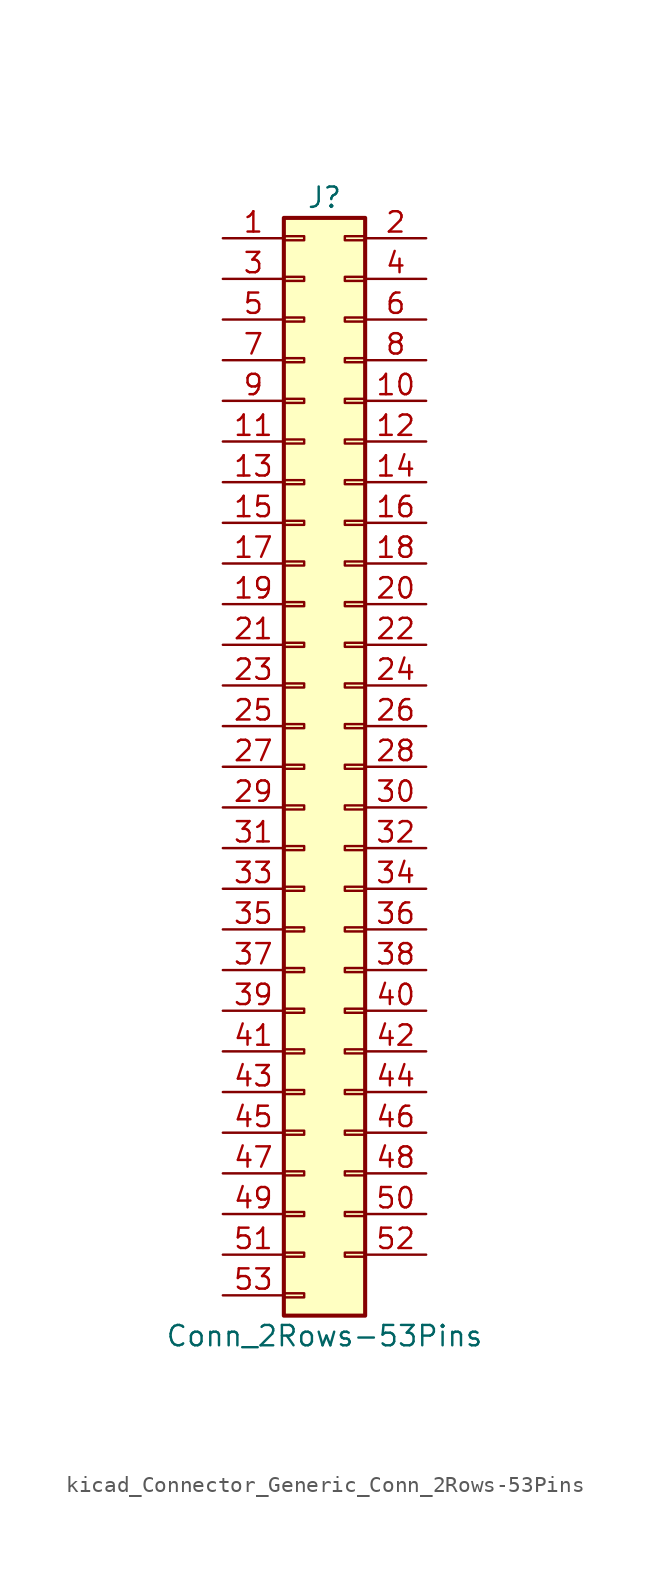
<source format=kicad_sym>
(kicad_symbol_lib
  (version 20220914)
  (generator kicad_symbol_editor)
  (symbol "kicad_Connector_Generic_Conn_2Rows-53Pins"
    (pin_names
      (offset 1.016) hide)
    (property "Reference" "J"
      (at 1.27 35.56 0)
      (effects (font (size 1.27 1.27))))
    (property "Value" "Conn_2Rows-53Pins"
      (at 1.27 -35.56 0)
      (effects (font (size 1.27 1.27))))
    (symbol "kicad_Connector_Generic_Conn_2Rows-53Pins_1_1"
      (rectangle (start -1.27 -32.893) (end 0 -33.147) (stroke (width 0.152) (type default)) (fill (type none)))
      (rectangle (start -1.27 -30.353) (end 0 -30.607) (stroke (width 0.152) (type default)) (fill (type none)))
      (rectangle (start -1.27 -27.813) (end 0 -28.067) (stroke (width 0.152) (type default)) (fill (type none)))
      (rectangle (start -1.27 -25.273) (end 0 -25.527) (stroke (width 0.152) (type default)) (fill (type none)))
      (rectangle (start -1.27 -22.733) (end 0 -22.987) (stroke (width 0.152) (type default)) (fill (type none)))
      (rectangle (start -1.27 -20.193) (end 0 -20.447) (stroke (width 0.152) (type default)) (fill (type none)))
      (rectangle (start -1.27 -17.653) (end 0 -17.907) (stroke (width 0.152) (type default)) (fill (type none)))
      (rectangle (start -1.27 -15.113) (end 0 -15.367) (stroke (width 0.152) (type default)) (fill (type none)))
      (rectangle (start -1.27 -12.573) (end 0 -12.827) (stroke (width 0.152) (type default)) (fill (type none)))
      (rectangle (start -1.27 -10.033) (end 0 -10.287) (stroke (width 0.152) (type default)) (fill (type none)))
      (rectangle (start -1.27 -7.493) (end 0 -7.747) (stroke (width 0.152) (type default)) (fill (type none)))
      (rectangle (start -1.27 -4.953) (end 0 -5.207) (stroke (width 0.152) (type default)) (fill (type none)))
      (rectangle (start -1.27 -2.413) (end 0 -2.667) (stroke (width 0.152) (type default)) (fill (type none)))
      (rectangle (start -1.27 0.127) (end 0 -0.127) (stroke (width 0.152) (type default)) (fill (type none)))
      (rectangle (start -1.27 2.667) (end 0 2.413) (stroke (width 0.152) (type default)) (fill (type none)))
      (rectangle (start -1.27 5.207) (end 0 4.953) (stroke (width 0.152) (type default)) (fill (type none)))
      (rectangle (start -1.27 7.747) (end 0 7.493) (stroke (width 0.152) (type default)) (fill (type none)))
      (rectangle (start -1.27 10.287) (end 0 10.033) (stroke (width 0.152) (type default)) (fill (type none)))
      (rectangle (start -1.27 12.827) (end 0 12.573) (stroke (width 0.152) (type default)) (fill (type none)))
      (rectangle (start -1.27 15.367) (end 0 15.113) (stroke (width 0.152) (type default)) (fill (type none)))
      (rectangle (start -1.27 17.907) (end 0 17.653) (stroke (width 0.152) (type default)) (fill (type none)))
      (rectangle (start -1.27 20.447) (end 0 20.193) (stroke (width 0.152) (type default)) (fill (type none)))
      (rectangle (start -1.27 22.987) (end 0 22.733) (stroke (width 0.152) (type default)) (fill (type none)))
      (rectangle (start -1.27 25.527) (end 0 25.273) (stroke (width 0.152) (type default)) (fill (type none)))
      (rectangle (start -1.27 28.067) (end 0 27.813) (stroke (width 0.152) (type default)) (fill (type none)))
      (rectangle (start -1.27 30.607) (end 0 30.353) (stroke (width 0.152) (type default)) (fill (type none)))
      (rectangle (start -1.27 33.147) (end 0 32.893) (stroke (width 0.152) (type default)) (fill (type none)))
      (rectangle (start -1.27 34.29) (end 3.81 -34.29) (stroke (width 0.254) (type default)) (fill (type background)))
      (rectangle (start 3.81 -30.353) (end 2.54 -30.607) (stroke (width 0.152) (type default)) (fill (type none)))
      (rectangle (start 3.81 -27.813) (end 2.54 -28.067) (stroke (width 0.152) (type default)) (fill (type none)))
      (rectangle (start 3.81 -25.273) (end 2.54 -25.527) (stroke (width 0.152) (type default)) (fill (type none)))
      (rectangle (start 3.81 -22.733) (end 2.54 -22.987) (stroke (width 0.152) (type default)) (fill (type none)))
      (rectangle (start 3.81 -20.193) (end 2.54 -20.447) (stroke (width 0.152) (type default)) (fill (type none)))
      (rectangle (start 3.81 -17.653) (end 2.54 -17.907) (stroke (width 0.152) (type default)) (fill (type none)))
      (rectangle (start 3.81 -15.113) (end 2.54 -15.367) (stroke (width 0.152) (type default)) (fill (type none)))
      (rectangle (start 3.81 -12.573) (end 2.54 -12.827) (stroke (width 0.152) (type default)) (fill (type none)))
      (rectangle (start 3.81 -10.033) (end 2.54 -10.287) (stroke (width 0.152) (type default)) (fill (type none)))
      (rectangle (start 3.81 -7.493) (end 2.54 -7.747) (stroke (width 0.152) (type default)) (fill (type none)))
      (rectangle (start 3.81 -4.953) (end 2.54 -5.207) (stroke (width 0.152) (type default)) (fill (type none)))
      (rectangle (start 3.81 -2.413) (end 2.54 -2.667) (stroke (width 0.152) (type default)) (fill (type none)))
      (rectangle (start 3.81 0.127) (end 2.54 -0.127) (stroke (width 0.152) (type default)) (fill (type none)))
      (rectangle (start 3.81 2.667) (end 2.54 2.413) (stroke (width 0.152) (type default)) (fill (type none)))
      (rectangle (start 3.81 5.207) (end 2.54 4.953) (stroke (width 0.152) (type default)) (fill (type none)))
      (rectangle (start 3.81 7.747) (end 2.54 7.493) (stroke (width 0.152) (type default)) (fill (type none)))
      (rectangle (start 3.81 10.287) (end 2.54 10.033) (stroke (width 0.152) (type default)) (fill (type none)))
      (rectangle (start 3.81 12.827) (end 2.54 12.573) (stroke (width 0.152) (type default)) (fill (type none)))
      (rectangle (start 3.81 15.367) (end 2.54 15.113) (stroke (width 0.152) (type default)) (fill (type none)))
      (rectangle (start 3.81 17.907) (end 2.54 17.653) (stroke (width 0.152) (type default)) (fill (type none)))
      (rectangle (start 3.81 20.447) (end 2.54 20.193) (stroke (width 0.152) (type default)) (fill (type none)))
      (rectangle (start 3.81 22.987) (end 2.54 22.733) (stroke (width 0.152) (type default)) (fill (type none)))
      (rectangle (start 3.81 25.527) (end 2.54 25.273) (stroke (width 0.152) (type default)) (fill (type none)))
      (rectangle (start 3.81 28.067) (end 2.54 27.813) (stroke (width 0.152) (type default)) (fill (type none)))
      (rectangle (start 3.81 30.607) (end 2.54 30.353) (stroke (width 0.152) (type default)) (fill (type none)))
      (rectangle (start 3.81 33.147) (end 2.54 32.893) (stroke (width 0.152) (type default)) (fill (type none)))
      (pin passive line (at -5.08 33.02 0) (length 3.81) (name "Pin_1" (effects (font (size 1.27 1.27)))) (number "1" (effects (font (size 1.27 1.27)))))
      (pin passive line (at 7.62 22.86 180) (length 3.81) (name "Pin_10" (effects (font (size 1.27 1.27)))) (number "10" (effects (font (size 1.27 1.27)))))
      (pin passive line (at -5.08 20.32 0) (length 3.81) (name "Pin_11" (effects (font (size 1.27 1.27)))) (number "11" (effects (font (size 1.27 1.27)))))
      (pin passive line (at 7.62 20.32 180) (length 3.81) (name "Pin_12" (effects (font (size 1.27 1.27)))) (number "12" (effects (font (size 1.27 1.27)))))
      (pin passive line (at -5.08 17.78 0) (length 3.81) (name "Pin_13" (effects (font (size 1.27 1.27)))) (number "13" (effects (font (size 1.27 1.27)))))
      (pin passive line (at 7.62 17.78 180) (length 3.81) (name "Pin_14" (effects (font (size 1.27 1.27)))) (number "14" (effects (font (size 1.27 1.27)))))
      (pin passive line (at -5.08 15.24 0) (length 3.81) (name "Pin_15" (effects (font (size 1.27 1.27)))) (number "15" (effects (font (size 1.27 1.27)))))
      (pin passive line (at 7.62 15.24 180) (length 3.81) (name "Pin_16" (effects (font (size 1.27 1.27)))) (number "16" (effects (font (size 1.27 1.27)))))
      (pin passive line (at -5.08 12.7 0) (length 3.81) (name "Pin_17" (effects (font (size 1.27 1.27)))) (number "17" (effects (font (size 1.27 1.27)))))
      (pin passive line (at 7.62 12.7 180) (length 3.81) (name "Pin_18" (effects (font (size 1.27 1.27)))) (number "18" (effects (font (size 1.27 1.27)))))
      (pin passive line (at -5.08 10.16 0) (length 3.81) (name "Pin_19" (effects (font (size 1.27 1.27)))) (number "19" (effects (font (size 1.27 1.27)))))
      (pin passive line (at 7.62 33.02 180) (length 3.81) (name "Pin_2" (effects (font (size 1.27 1.27)))) (number "2" (effects (font (size 1.27 1.27)))))
      (pin passive line (at 7.62 10.16 180) (length 3.81) (name "Pin_20" (effects (font (size 1.27 1.27)))) (number "20" (effects (font (size 1.27 1.27)))))
      (pin passive line (at -5.08 7.62 0) (length 3.81) (name "Pin_21" (effects (font (size 1.27 1.27)))) (number "21" (effects (font (size 1.27 1.27)))))
      (pin passive line (at 7.62 7.62 180) (length 3.81) (name "Pin_22" (effects (font (size 1.27 1.27)))) (number "22" (effects (font (size 1.27 1.27)))))
      (pin passive line (at -5.08 5.08 0) (length 3.81) (name "Pin_23" (effects (font (size 1.27 1.27)))) (number "23" (effects (font (size 1.27 1.27)))))
      (pin passive line (at 7.62 5.08 180) (length 3.81) (name "Pin_24" (effects (font (size 1.27 1.27)))) (number "24" (effects (font (size 1.27 1.27)))))
      (pin passive line (at -5.08 2.54 0) (length 3.81) (name "Pin_25" (effects (font (size 1.27 1.27)))) (number "25" (effects (font (size 1.27 1.27)))))
      (pin passive line (at 7.62 2.54 180) (length 3.81) (name "Pin_26" (effects (font (size 1.27 1.27)))) (number "26" (effects (font (size 1.27 1.27)))))
      (pin passive line (at -5.08 0 0) (length 3.81) (name "Pin_27" (effects (font (size 1.27 1.27)))) (number "27" (effects (font (size 1.27 1.27)))))
      (pin passive line (at 7.62 0 180) (length 3.81) (name "Pin_28" (effects (font (size 1.27 1.27)))) (number "28" (effects (font (size 1.27 1.27)))))
      (pin passive line (at -5.08 -2.54 0) (length 3.81) (name "Pin_29" (effects (font (size 1.27 1.27)))) (number "29" (effects (font (size 1.27 1.27)))))
      (pin passive line (at -5.08 30.48 0) (length 3.81) (name "Pin_3" (effects (font (size 1.27 1.27)))) (number "3" (effects (font (size 1.27 1.27)))))
      (pin passive line (at 7.62 -2.54 180) (length 3.81) (name "Pin_30" (effects (font (size 1.27 1.27)))) (number "30" (effects (font (size 1.27 1.27)))))
      (pin passive line (at -5.08 -5.08 0) (length 3.81) (name "Pin_31" (effects (font (size 1.27 1.27)))) (number "31" (effects (font (size 1.27 1.27)))))
      (pin passive line (at 7.62 -5.08 180) (length 3.81) (name "Pin_32" (effects (font (size 1.27 1.27)))) (number "32" (effects (font (size 1.27 1.27)))))
      (pin passive line (at -5.08 -7.62 0) (length 3.81) (name "Pin_33" (effects (font (size 1.27 1.27)))) (number "33" (effects (font (size 1.27 1.27)))))
      (pin passive line (at 7.62 -7.62 180) (length 3.81) (name "Pin_34" (effects (font (size 1.27 1.27)))) (number "34" (effects (font (size 1.27 1.27)))))
      (pin passive line (at -5.08 -10.16 0) (length 3.81) (name "Pin_35" (effects (font (size 1.27 1.27)))) (number "35" (effects (font (size 1.27 1.27)))))
      (pin passive line (at 7.62 -10.16 180) (length 3.81) (name "Pin_36" (effects (font (size 1.27 1.27)))) (number "36" (effects (font (size 1.27 1.27)))))
      (pin passive line (at -5.08 -12.7 0) (length 3.81) (name "Pin_37" (effects (font (size 1.27 1.27)))) (number "37" (effects (font (size 1.27 1.27)))))
      (pin passive line (at 7.62 -12.7 180) (length 3.81) (name "Pin_38" (effects (font (size 1.27 1.27)))) (number "38" (effects (font (size 1.27 1.27)))))
      (pin passive line (at -5.08 -15.24 0) (length 3.81) (name "Pin_39" (effects (font (size 1.27 1.27)))) (number "39" (effects (font (size 1.27 1.27)))))
      (pin passive line (at 7.62 30.48 180) (length 3.81) (name "Pin_4" (effects (font (size 1.27 1.27)))) (number "4" (effects (font (size 1.27 1.27)))))
      (pin passive line (at 7.62 -15.24 180) (length 3.81) (name "Pin_40" (effects (font (size 1.27 1.27)))) (number "40" (effects (font (size 1.27 1.27)))))
      (pin passive line (at -5.08 -17.78 0) (length 3.81) (name "Pin_41" (effects (font (size 1.27 1.27)))) (number "41" (effects (font (size 1.27 1.27)))))
      (pin passive line (at 7.62 -17.78 180) (length 3.81) (name "Pin_42" (effects (font (size 1.27 1.27)))) (number "42" (effects (font (size 1.27 1.27)))))
      (pin passive line (at -5.08 -20.32 0) (length 3.81) (name "Pin_43" (effects (font (size 1.27 1.27)))) (number "43" (effects (font (size 1.27 1.27)))))
      (pin passive line (at 7.62 -20.32 180) (length 3.81) (name "Pin_44" (effects (font (size 1.27 1.27)))) (number "44" (effects (font (size 1.27 1.27)))))
      (pin passive line (at -5.08 -22.86 0) (length 3.81) (name "Pin_45" (effects (font (size 1.27 1.27)))) (number "45" (effects (font (size 1.27 1.27)))))
      (pin passive line (at 7.62 -22.86 180) (length 3.81) (name "Pin_46" (effects (font (size 1.27 1.27)))) (number "46" (effects (font (size 1.27 1.27)))))
      (pin passive line (at -5.08 -25.4 0) (length 3.81) (name "Pin_47" (effects (font (size 1.27 1.27)))) (number "47" (effects (font (size 1.27 1.27)))))
      (pin passive line (at 7.62 -25.4 180) (length 3.81) (name "Pin_48" (effects (font (size 1.27 1.27)))) (number "48" (effects (font (size 1.27 1.27)))))
      (pin passive line (at -5.08 -27.94 0) (length 3.81) (name "Pin_49" (effects (font (size 1.27 1.27)))) (number "49" (effects (font (size 1.27 1.27)))))
      (pin passive line (at -5.08 27.94 0) (length 3.81) (name "Pin_5" (effects (font (size 1.27 1.27)))) (number "5" (effects (font (size 1.27 1.27)))))
      (pin passive line (at 7.62 -27.94 180) (length 3.81) (name "Pin_50" (effects (font (size 1.27 1.27)))) (number "50" (effects (font (size 1.27 1.27)))))
      (pin passive line (at -5.08 -30.48 0) (length 3.81) (name "Pin_51" (effects (font (size 1.27 1.27)))) (number "51" (effects (font (size 1.27 1.27)))))
      (pin passive line (at 7.62 -30.48 180) (length 3.81) (name "Pin_52" (effects (font (size 1.27 1.27)))) (number "52" (effects (font (size 1.27 1.27)))))
      (pin passive line (at -5.08 -33.02 0) (length 3.81) (name "Pin_53" (effects (font (size 1.27 1.27)))) (number "53" (effects (font (size 1.27 1.27)))))
      (pin passive line (at 7.62 27.94 180) (length 3.81) (name "Pin_6" (effects (font (size 1.27 1.27)))) (number "6" (effects (font (size 1.27 1.27)))))
      (pin passive line (at -5.08 25.4 0) (length 3.81) (name "Pin_7" (effects (font (size 1.27 1.27)))) (number "7" (effects (font (size 1.27 1.27)))))
      (pin passive line (at 7.62 25.4 180) (length 3.81) (name "Pin_8" (effects (font (size 1.27 1.27)))) (number "8" (effects (font (size 1.27 1.27)))))
      (pin passive line (at -5.08 22.86 0) (length 3.81) (name "Pin_9" (effects (font (size 1.27 1.27)))) (number "9" (effects (font (size 1.27 1.27))))))))
</source>
